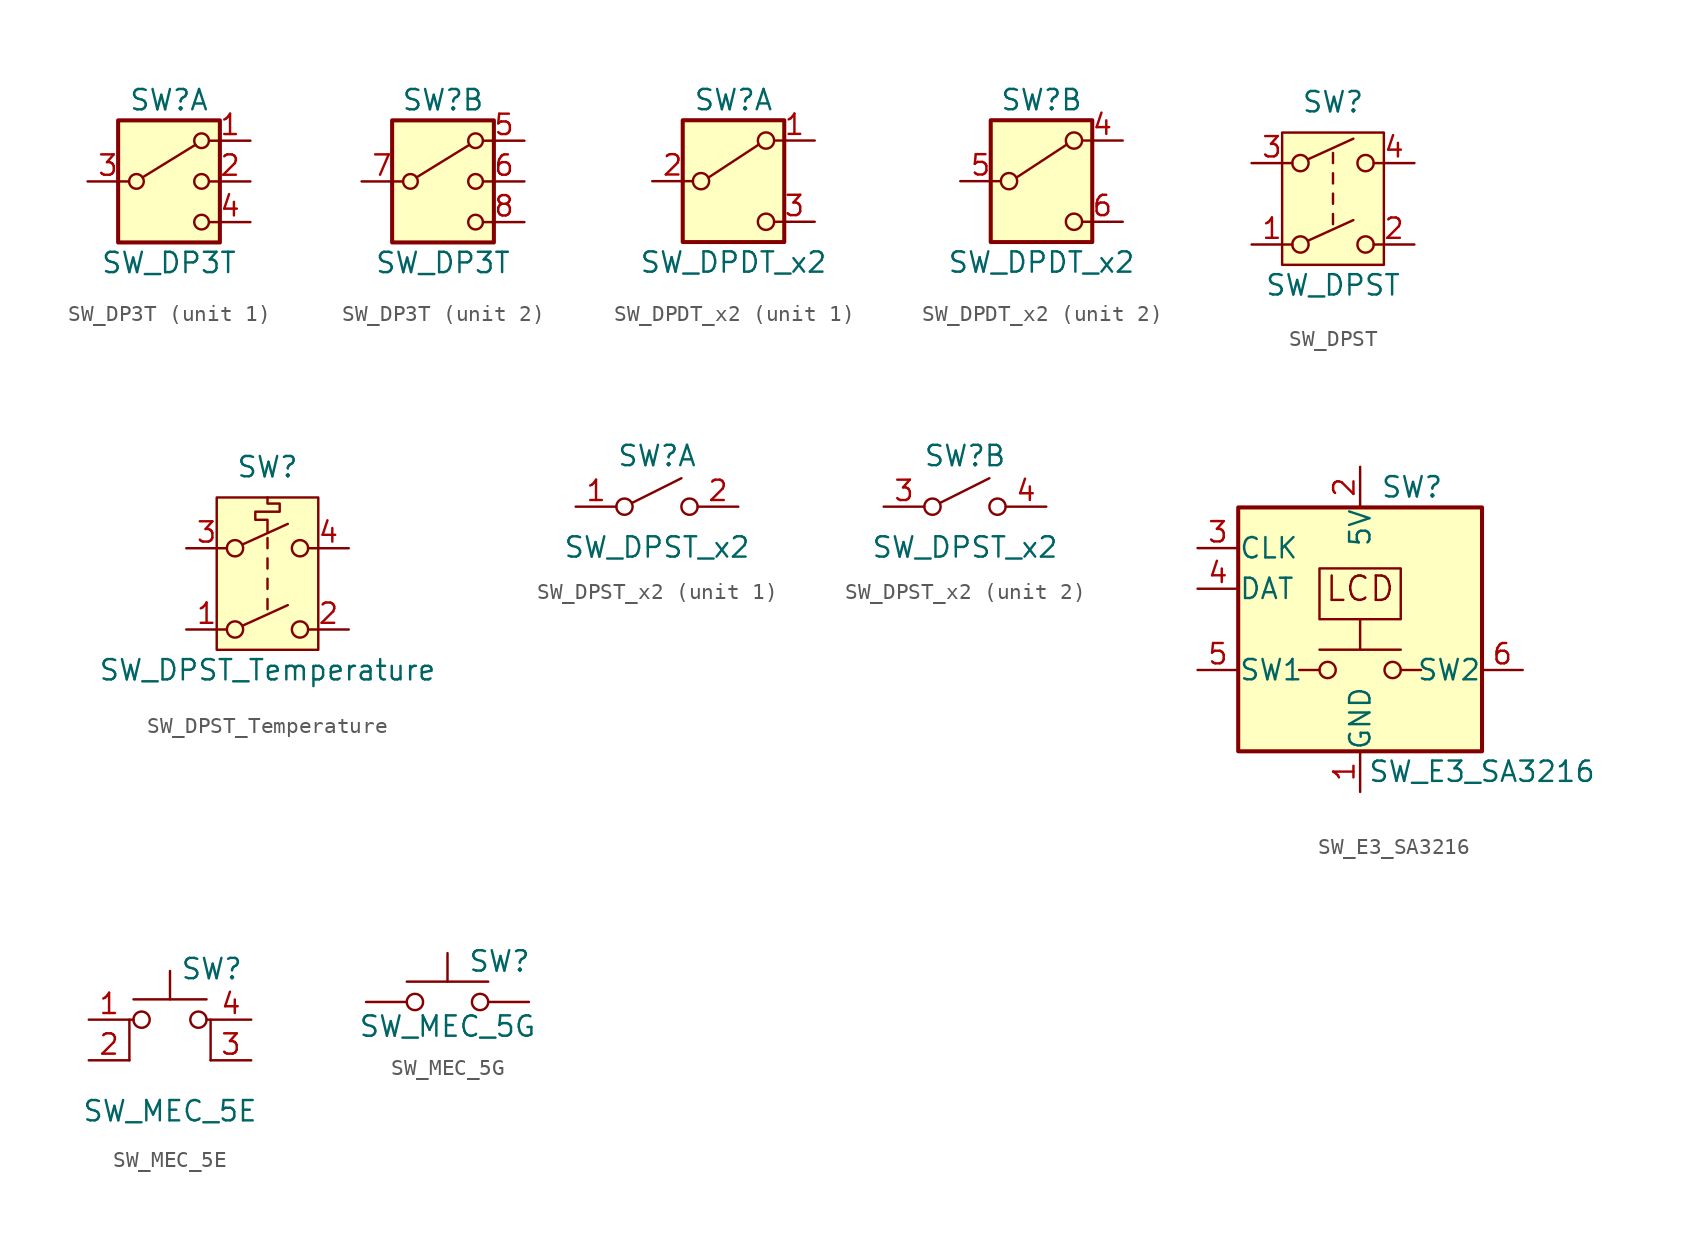
<source format=kicad_sym>
(kicad_symbol_lib
  (version 20241209)
  (generator "kicad_symbol_editor")
  (generator_version "9.0")
  (symbol "SW_DP3T"
    (pin_names
      (offset 0)
      (hide yes))
    (property "Reference" "SW"
      (at 0 5.08 0)
      (effects (font (size 1.27 1.27))))
    (property "Value" "SW_DP3T"
      (at 0 -5.08 0)
      (effects (font (size 1.27 1.27))))
    (symbol "SW_DP3T_0_1"
      (rectangle (start -3.175 3.81) (end 3.175 -3.81) (stroke (width 0.254) (type default)) (fill (type background)))
      (circle (center -2.032 0) (radius 0.457) (stroke (width 0) (type default)) (fill (type none)))
      (polyline (pts (xy -1.651 0.254) (xy 1.651 2.286)) (stroke (width 0) (type default)) (fill (type none)))
      (circle (center 2.032 2.54) (radius 0.457) (stroke (width 0) (type default)) (fill (type none)))
      (circle (center 2.032 0) (radius 0.457) (stroke (width 0) (type default)) (fill (type none)))
      (circle (center 2.032 -2.54) (radius 0.457) (stroke (width 0) (type default)) (fill (type none))))
    (symbol "SW_DP3T_1_1"
      (pin passive line (at -5.08 0 0) (length 2.54) (name "3" (effects (font (size 1.27 1.27)))) (number "3" (effects (font (size 1.27 1.27)))))
      (pin passive line (at 5.08 2.54 180) (length 2.54) (name "1" (effects (font (size 1.27 1.27)))) (number "1" (effects (font (size 1.27 1.27)))))
      (pin passive line (at 5.08 0 180) (length 2.54) (name "2" (effects (font (size 1.27 1.27)))) (number "2" (effects (font (size 1.27 1.27)))))
      (pin passive line (at 5.08 -2.54 180) (length 2.54) (name "4" (effects (font (size 1.27 1.27)))) (number "4" (effects (font (size 1.27 1.27))))))
    (symbol "SW_DP3T_2_1"
      (pin passive line (at -5.08 0 0) (length 2.54) (name "7" (effects (font (size 1.27 1.27)))) (number "7" (effects (font (size 1.27 1.27)))))
      (pin passive line (at 5.08 2.54 180) (length 2.54) (name "5" (effects (font (size 1.27 1.27)))) (number "5" (effects (font (size 1.27 1.27)))))
      (pin passive line (at 5.08 0 180) (length 2.54) (name "6" (effects (font (size 1.27 1.27)))) (number "6" (effects (font (size 1.27 1.27)))))
      (pin passive line (at 5.08 -2.54 180) (length 2.54) (name "8" (effects (font (size 1.27 1.27)))) (number "8" (effects (font (size 1.27 1.27)))))))
  (symbol "SW_DPDT_x2"
    (pin_names
      (offset 0)
      (hide yes))
    (property "Reference" "SW"
      (at 0 5.08 0)
      (effects (font (size 1.27 1.27))))
    (property "Value" "SW_DPDT_x2"
      (at 0 -5.08 0)
      (effects (font (size 1.27 1.27))))
    (symbol "SW_DPDT_x2_0_0"
      (circle (center -2.032 0) (radius 0.508) (stroke (width 0) (type default)) (fill (type none)))
      (circle (center 2.032 -2.54) (radius 0.508) (stroke (width 0) (type default)) (fill (type none))))
    (symbol "SW_DPDT_x2_0_1"
      (rectangle (start -3.175 3.81) (end 3.175 -3.81) (stroke (width 0.254) (type default)) (fill (type background)))
      (polyline (pts (xy -1.524 0.254) (xy 1.575 2.286)) (stroke (width 0) (type default)) (fill (type none)))
      (circle (center 2.032 2.54) (radius 0.508) (stroke (width 0) (type default)) (fill (type none))))
    (symbol "SW_DPDT_x2_1_1"
      (pin passive line (at -5.08 0 0) (length 2.54) (name "B" (effects (font (size 1.27 1.27)))) (number "2" (effects (font (size 1.27 1.27)))))
      (pin passive line (at 5.08 2.54 180) (length 2.54) (name "A" (effects (font (size 1.27 1.27)))) (number "1" (effects (font (size 1.27 1.27)))))
      (pin passive line (at 5.08 -2.54 180) (length 2.54) (name "C" (effects (font (size 1.27 1.27)))) (number "3" (effects (font (size 1.27 1.27))))))
    (symbol "SW_DPDT_x2_2_1"
      (pin passive line (at -5.08 0 0) (length 2.54) (name "B" (effects (font (size 1.27 1.27)))) (number "5" (effects (font (size 1.27 1.27)))))
      (pin passive line (at 5.08 2.54 180) (length 2.54) (name "A" (effects (font (size 1.27 1.27)))) (number "4" (effects (font (size 1.27 1.27)))))
      (pin passive line (at 5.08 -2.54 180) (length 2.54) (name "C" (effects (font (size 1.27 1.27)))) (number "6" (effects (font (size 1.27 1.27)))))))
  (symbol "SW_DPST"
    (pin_names
      (offset 0)
      (hide yes))
    (property "Reference" "SW"
      (at 0 6.35 0)
      (effects (font (size 1.27 1.27))))
    (property "Value" "SW_DPST"
      (at 0 -5.08 0)
      (effects (font (size 1.27 1.27))))
    (symbol "SW_DPST_0_0"
      (circle (center -2.032 2.54) (radius 0.508) (stroke (width 0) (type default)) (fill (type none)))
      (circle (center -2.032 -2.54) (radius 0.508) (stroke (width 0) (type default)) (fill (type none)))
      (polyline (pts (xy -1.524 2.794) (xy 1.27 4.064)) (stroke (width 0) (type default)) (fill (type none)))
      (polyline (pts (xy -1.524 -2.286) (xy 1.27 -1.016)) (stroke (width 0) (type default)) (fill (type none)))
      (polyline (pts (xy 0 2.54) (xy 0 3.175)) (stroke (width 0) (type default)) (fill (type none)))
      (polyline (pts (xy 0 1.27) (xy 0 1.905)) (stroke (width 0) (type default)) (fill (type none)))
      (polyline (pts (xy 0 0) (xy 0 0.635)) (stroke (width 0) (type default)) (fill (type none)))
      (polyline (pts (xy 0 -1.27) (xy 0 -0.635)) (stroke (width 0) (type default)) (fill (type none)))
      (circle (center 2.032 2.54) (radius 0.508) (stroke (width 0) (type default)) (fill (type none)))
      (circle (center 2.032 -2.54) (radius 0.508) (stroke (width 0) (type default)) (fill (type none))))
    (symbol "SW_DPST_1_1"
      (rectangle (start -3.175 4.445) (end 3.175 -3.81) (stroke (width 0) (type default)) (fill (type background)))
      (pin passive line (at -5.08 2.54 0) (length 2.54) (name "3" (effects (font (size 1.27 1.27)))) (number "3" (effects (font (size 1.27 1.27)))))
      (pin passive line (at -5.08 -2.54 0) (length 2.54) (name "1" (effects (font (size 1.27 1.27)))) (number "1" (effects (font (size 1.27 1.27)))))
      (pin passive line (at 5.08 2.54 180) (length 2.54) (name "4" (effects (font (size 1.27 1.27)))) (number "4" (effects (font (size 1.27 1.27)))))
      (pin passive line (at 5.08 -2.54 180) (length 2.54) (name "2" (effects (font (size 1.27 1.27)))) (number "2" (effects (font (size 1.27 1.27)))))))
  (symbol "SW_DPST_Temperature"
    (pin_names
      (offset 0)
      (hide yes))
    (property "Reference" "SW"
      (at 0 7.62 0)
      (effects (font (size 1.27 1.27))))
    (property "Value" "SW_DPST_Temperature"
      (at 0 -5.08 0)
      (effects (font (size 1.27 1.27))))
    (symbol "SW_DPST_Temperature_0_0"
      (circle (center -2.032 2.54) (radius 0.508) (stroke (width 0) (type default)) (fill (type none)))
      (circle (center -2.032 -2.54) (radius 0.508) (stroke (width 0) (type default)) (fill (type none)))
      (polyline (pts (xy -1.524 2.794) (xy 1.27 4.064)) (stroke (width 0) (type default)) (fill (type none)))
      (polyline (pts (xy -1.524 -2.286) (xy 1.27 -1.016)) (stroke (width 0) (type default)) (fill (type none)))
      (polyline (pts (xy 0 3.556) (xy 0 4.318) (xy -0.762 4.318) (xy -0.762 4.826) (xy 0.762 4.826) (xy 0.762 5.334) (xy 0 5.334) (xy 0 5.715)) (stroke (width 0) (type default)) (fill (type none)))
      (polyline (pts (xy 0 2.54) (xy 0 3.175)) (stroke (width 0) (type default)) (fill (type none)))
      (polyline (pts (xy 0 1.27) (xy 0 1.905)) (stroke (width 0) (type default)) (fill (type none)))
      (polyline (pts (xy 0 0) (xy 0 0.635)) (stroke (width 0) (type default)) (fill (type none)))
      (polyline (pts (xy 0 -1.27) (xy 0 -0.635)) (stroke (width 0) (type default)) (fill (type none)))
      (circle (center 2.032 2.54) (radius 0.508) (stroke (width 0) (type default)) (fill (type none)))
      (circle (center 2.032 -2.54) (radius 0.508) (stroke (width 0) (type default)) (fill (type none))))
    (symbol "SW_DPST_Temperature_1_1"
      (rectangle (start -3.175 5.715) (end 3.175 -3.81) (stroke (width 0) (type default)) (fill (type background)))
      (pin passive line (at -5.08 2.54 0) (length 2.54) (name "3" (effects (font (size 1.27 1.27)))) (number "3" (effects (font (size 1.27 1.27)))))
      (pin passive line (at -5.08 -2.54 0) (length 2.54) (name "1" (effects (font (size 1.27 1.27)))) (number "1" (effects (font (size 1.27 1.27)))))
      (pin passive line (at 5.08 2.54 180) (length 2.54) (name "4" (effects (font (size 1.27 1.27)))) (number "4" (effects (font (size 1.27 1.27)))))
      (pin passive line (at 5.08 -2.54 180) (length 2.54) (name "2" (effects (font (size 1.27 1.27)))) (number "2" (effects (font (size 1.27 1.27)))))))
  (symbol "SW_DPST_x2"
    (pin_names
      (offset 0)
      (hide yes))
    (property "Reference" "SW"
      (at 0 3.175 0)
      (effects (font (size 1.27 1.27))))
    (property "Value" "SW_DPST_x2"
      (at 0 -2.54 0)
      (effects (font (size 1.27 1.27))))
    (symbol "SW_DPST_x2_0_0"
      (circle (center -2.032 0) (radius 0.508) (stroke (width 0) (type default)) (fill (type none)))
      (polyline (pts (xy -1.524 0.254) (xy 1.524 1.778)) (stroke (width 0) (type default)) (fill (type none)))
      (circle (center 2.032 0) (radius 0.508) (stroke (width 0) (type default)) (fill (type none))))
    (symbol "SW_DPST_x2_1_1"
      (pin passive line (at -5.08 0 0) (length 2.54) (name "A" (effects (font (size 1.27 1.27)))) (number "1" (effects (font (size 1.27 1.27)))))
      (pin passive line (at 5.08 0 180) (length 2.54) (name "B" (effects (font (size 1.27 1.27)))) (number "2" (effects (font (size 1.27 1.27))))))
    (symbol "SW_DPST_x2_2_1"
      (pin passive line (at -5.08 0 0) (length 2.54) (name "A" (effects (font (size 1.27 1.27)))) (number "3" (effects (font (size 1.27 1.27)))))
      (pin passive line (at 5.08 0 180) (length 2.54) (name "B" (effects (font (size 1.27 1.27)))) (number "4" (effects (font (size 1.27 1.27)))))))
  (symbol "SW_E3_SA3216"
    (pin_names
      (offset 0.025))
    (property "Reference" "SW"
      (at 1.27 8.89 0)
      (effects (font (size 1.27 1.27)) (justify left)))
    (property "Value" "SW_E3_SA3216"
      (at 7.62 -8.89 0)
      (effects (font (size 1.27 1.27))))
    (symbol "SW_E3_SA3216_0_0"
      (rectangle (start -7.62 7.62) (end 7.62 -7.62) (stroke (width 0.254) (type default)) (fill (type background)))
      (polyline (pts (xy -2.54 -2.54) (xy -3.81 -2.54)) (stroke (width 0) (type default)) (fill (type none)))
      (polyline (pts (xy 2.54 -2.54) (xy 3.81 -2.54)) (stroke (width 0) (type default)) (fill (type none)))
      (text "LCD" (at 0 2.54 0) (effects (font (size 1.524 1.524)))))
    (symbol "SW_E3_SA3216_0_1"
      (circle (center -2.032 -2.54) (radius 0.508) (stroke (width 0) (type default)) (fill (type none)))
      (polyline (pts (xy 0 -1.27) (xy 0 0.635) (xy -2.54 0.635) (xy -2.54 3.81) (xy 2.54 3.81) (xy 2.54 0.635) (xy 0 0.635)) (stroke (width 0) (type default)) (fill (type none)))
      (circle (center 2.032 -2.54) (radius 0.508) (stroke (width 0) (type default)) (fill (type none)))
      (polyline (pts (xy 2.54 -1.27) (xy -2.54 -1.27)) (stroke (width 0) (type default)) (fill (type none)))
      (pin input line (at -10.16 5.08 0) (length 2.54) (name "CLK" (effects (font (size 1.27 1.27)))) (number "3" (effects (font (size 1.27 1.27)))))
      (pin input line (at -10.16 2.54 0) (length 2.54) (name "DAT" (effects (font (size 1.27 1.27)))) (number "4" (effects (font (size 1.27 1.27)))))
      (pin power_in line (at 0 10.16 270) (length 2.54) (name "5V" (effects (font (size 1.27 1.27)))) (number "2" (effects (font (size 1.27 1.27)))))
      (pin power_in line (at 0 -10.16 90) (length 2.54) (name "GND" (effects (font (size 1.27 1.27)))) (number "1" (effects (font (size 1.27 1.27))))))
    (symbol "SW_E3_SA3216_1_1"
      (pin passive line (at -10.16 -2.54 0) (length 2.54) (name "SW1" (effects (font (size 1.27 1.27)))) (number "5" (effects (font (size 1.27 1.27)))))
      (pin passive line (at 10.16 -2.54 180) (length 2.54) (name "SW2" (effects (font (size 1.27 1.27)))) (number "6" (effects (font (size 1.27 1.27)))))))
  (symbol "SW_MEC_5E"
    (pin_names
      (offset 1.016)
      (hide yes))
    (property "Reference" "SW"
      (at 0.635 5.715 0)
      (effects (font (size 1.27 1.27)) (justify left)))
    (property "Value" "SW_MEC_5E"
      (at 0 -3.175 0)
      (effects (font (size 1.27 1.27))))
    (symbol "SW_MEC_5E_0_1"
      (polyline (pts (xy -2.54 0) (xy -2.54 2.54) (xy -2.286 2.54)) (stroke (width 0) (type default)) (fill (type none)))
      (polyline (pts (xy -2.286 3.81) (xy 2.286 3.81)) (stroke (width 0) (type default)) (fill (type none)))
      (circle (center -1.778 2.54) (radius 0.508) (stroke (width 0) (type default)) (fill (type none)))
      (polyline (pts (xy 0 3.81) (xy 0 5.588)) (stroke (width 0) (type default)) (fill (type none)))
      (circle (center 1.778 2.54) (radius 0.508) (stroke (width 0) (type default)) (fill (type none)))
      (polyline (pts (xy 2.54 0) (xy 2.54 2.54) (xy 2.286 2.54)) (stroke (width 0) (type default)) (fill (type none)))
      (pin passive line (at -5.08 2.54 0) (length 2.54) (name "1" (effects (font (size 1.27 1.27)))) (number "1" (effects (font (size 1.27 1.27)))))
      (pin passive line (at -5.08 0 0) (length 2.54) (name "2" (effects (font (size 1.27 1.27)))) (number "2" (effects (font (size 1.27 1.27)))))
      (pin passive line (at 5.08 2.54 180) (length 2.54) (name "A" (effects (font (size 1.27 1.27)))) (number "4" (effects (font (size 1.27 1.27)))))
      (pin passive line (at 5.08 0 180) (length 2.54) (name "K" (effects (font (size 1.27 1.27)))) (number "3" (effects (font (size 1.27 1.27)))))))
  (symbol "SW_MEC_5G"
    (pin_numbers
      (hide yes))
    (pin_names
      (offset 1.016)
      (hide yes))
    (property "Reference" "SW"
      (at 1.27 2.54 0)
      (effects (font (size 1.27 1.27)) (justify left)))
    (property "Value" "SW_MEC_5G"
      (at 0 -1.524 0)
      (effects (font (size 1.27 1.27))))
    (symbol "SW_MEC_5G_0_1"
      (circle (center -2.032 0) (radius 0.508) (stroke (width 0) (type default)) (fill (type none)))
      (polyline (pts (xy 0 1.27) (xy 0 3.048)) (stroke (width 0) (type default)) (fill (type none)))
      (circle (center 2.032 0) (radius 0.508) (stroke (width 0) (type default)) (fill (type none)))
      (polyline (pts (xy 2.54 1.27) (xy -2.54 1.27)) (stroke (width 0) (type default)) (fill (type none)))
      (pin passive line (at -5.08 0 0) (length 2.54) (name "A" (effects (font (size 1.27 1.27)))) (number "1" (effects (font (size 1.27 1.27)))))
      (pin passive line (at 5.08 0 180) (length 2.54) (name "B" (effects (font (size 1.27 1.27)))) (number "3" (effects (font (size 1.27 1.27))))))
    (symbol "SW_MEC_5G_1_1"
      (pin passive line (at -5.08 0 0) (length 2.54) (hide yes) (name "A" (effects (font (size 1.27 1.27)))) (number "2" (effects (font (size 1.27 1.27)))))
      (pin passive line (at 5.08 0 180) (length 2.54) (hide yes) (name "B" (effects (font (size 1.27 1.27)))) (number "4" (effects (font (size 1.27 1.27))))))))
</source>
